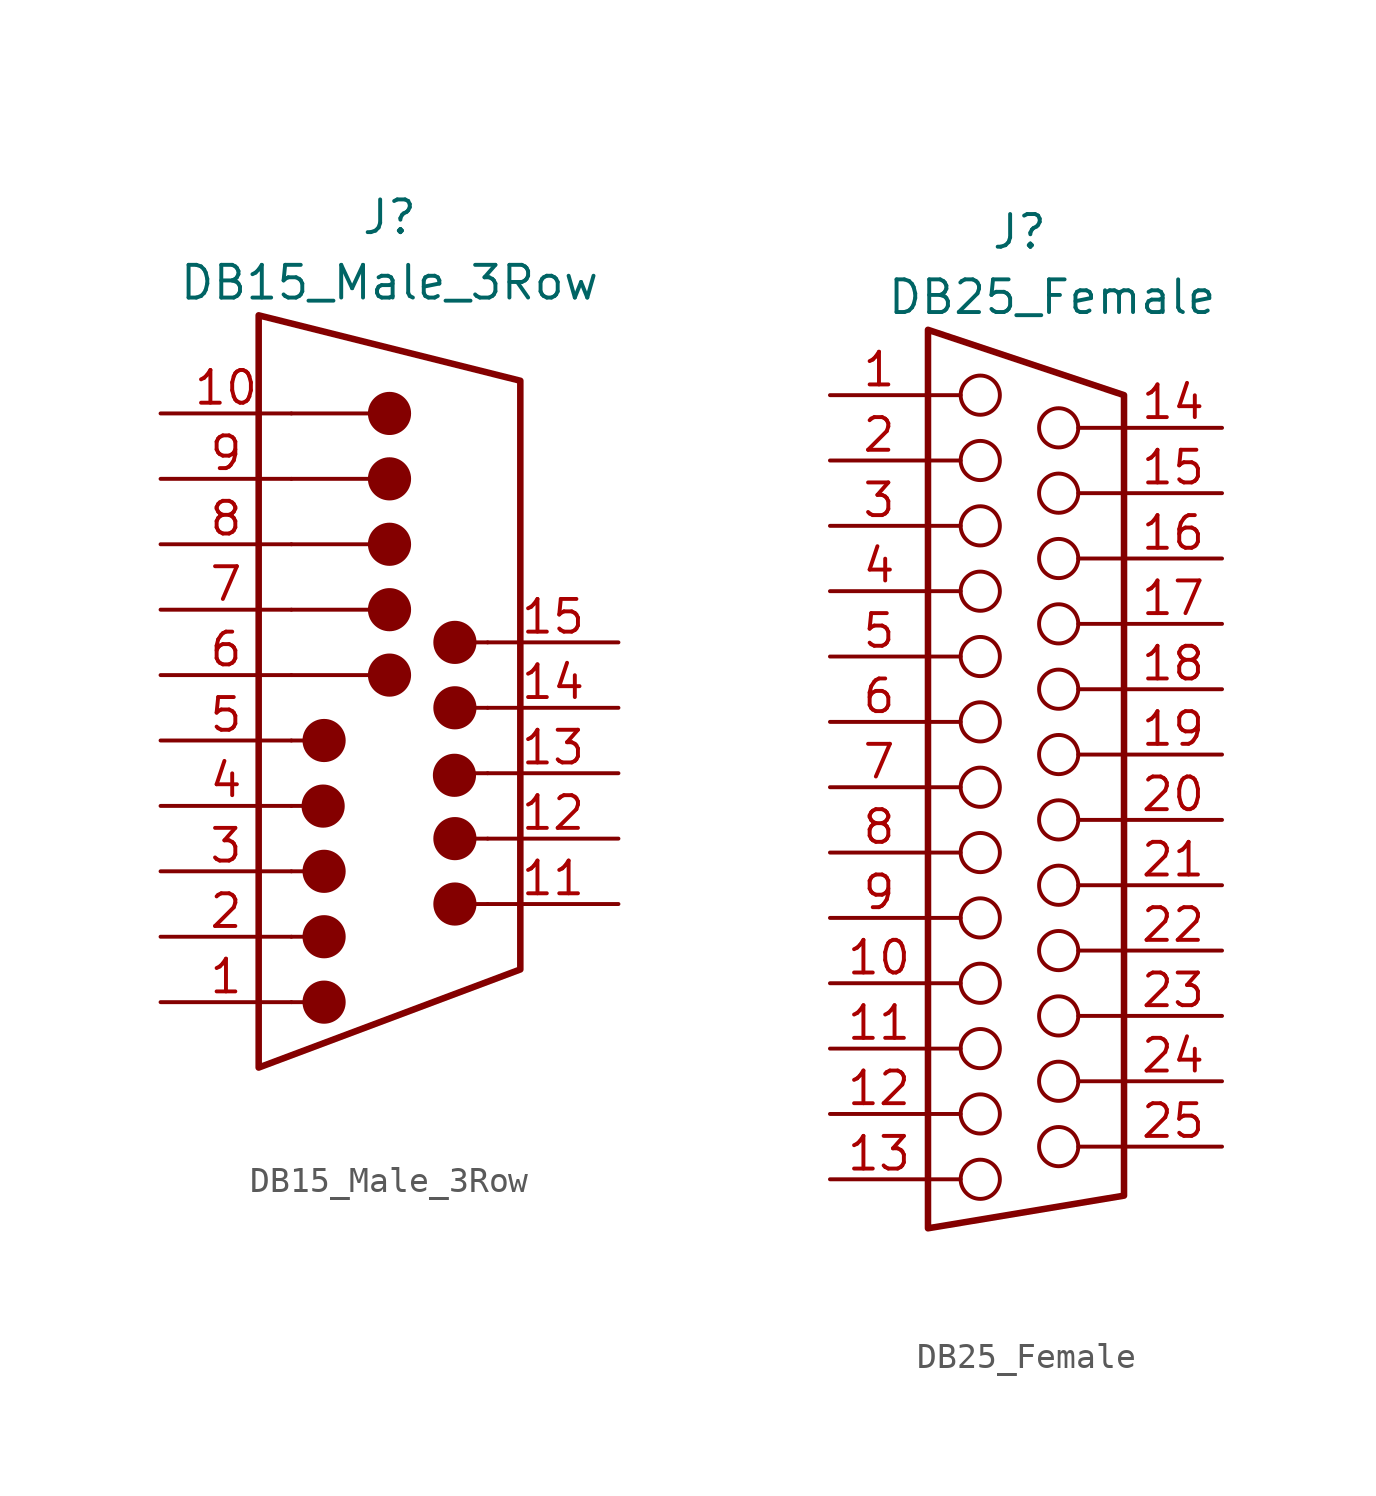
<source format=kicad_sym>
(kicad_symbol_lib
  (version 20220914)
  (generator kicad_symbol_editor)
  (symbol "DB15_Male_3Row"
    (pin_names
      (offset 1.016) hide)
    (property "Reference" "J"
      (at 0 16.51 0)
      (effects (font (size 1.27 1.27))))
    (property "Value" "DB15_Male_3Row"
      (at 0 13.97 0)
      (effects (font (size 1.27 1.27))))
    (symbol "DB15_Male_3Row_0_1"
      (circle (center -2.577 -6.357) (radius 0.762) (stroke (width 0) (type default)) (fill (type outline)))
      (circle (center -2.54 -13.97) (radius 0.762) (stroke (width 0) (type default)) (fill (type outline)))
      (circle (center -2.54 -11.43) (radius 0.762) (stroke (width 0) (type default)) (fill (type outline)))
      (circle (center -2.54 -8.89) (radius 0.762) (stroke (width 0) (type default)) (fill (type outline)))
      (circle (center -2.54 -3.81) (radius 0.762) (stroke (width 0) (type default)) (fill (type outline)))
      (circle (center 0 -1.27) (radius 0.762) (stroke (width 0) (type default)) (fill (type outline)))
      (polyline (pts (xy -3.81 1.27) (xy -0.635 1.27)) (stroke (width 0) (type default)) (fill (type none)))
      (polyline (pts (xy -2.54 -13.97) (xy -3.81 -13.97)) (stroke (width 0) (type default)) (fill (type none)))
      (polyline (pts (xy -2.54 -11.43) (xy -3.81 -11.43)) (stroke (width 0) (type default)) (fill (type none)))
      (polyline (pts (xy -2.54 -8.89) (xy -3.81 -8.89)) (stroke (width 0) (type default)) (fill (type none)))
      (polyline (pts (xy -2.54 -6.35) (xy -3.81 -6.35)) (stroke (width 0) (type default)) (fill (type none)))
      (polyline (pts (xy -2.54 -3.81) (xy -3.81 -3.81)) (stroke (width 0) (type default)) (fill (type none)))
      (polyline (pts (xy -0.635 -1.27) (xy -3.81 -1.27)) (stroke (width 0) (type default)) (fill (type none)))
      (polyline (pts (xy -0.635 3.81) (xy -3.81 3.81)) (stroke (width 0) (type default)) (fill (type none)))
      (polyline (pts (xy -0.635 6.35) (xy -3.81 6.35)) (stroke (width 0) (type default)) (fill (type none)))
      (polyline (pts (xy -0.635 8.89) (xy -3.81 8.89)) (stroke (width 0) (type default)) (fill (type none)))
      (polyline (pts (xy 2.54 -10.16) (xy 3.81 -10.16)) (stroke (width 0) (type default)) (fill (type none)))
      (polyline (pts (xy 2.54 -7.62) (xy 3.81 -7.62)) (stroke (width 0) (type default)) (fill (type none)))
      (polyline (pts (xy 2.54 -5.08) (xy 3.81 -5.08)) (stroke (width 0) (type default)) (fill (type none)))
      (polyline (pts (xy 2.54 -2.54) (xy 3.81 -2.54)) (stroke (width 0) (type default)) (fill (type none)))
      (polyline (pts (xy 2.54 0) (xy 3.81 0)) (stroke (width 0) (type default)) (fill (type none)))
      (circle (center 0 1.27) (radius 0.762) (stroke (width 0) (type default)) (fill (type outline)))
      (circle (center 0 3.81) (radius 0.762) (stroke (width 0) (type default)) (fill (type outline)))
      (circle (center 0 6.35) (radius 0.762) (stroke (width 0) (type default)) (fill (type outline)))
      (circle (center 0 8.89) (radius 0.762) (stroke (width 0) (type default)) (fill (type outline)))
      (circle (center 2.522 -5.161) (radius 0.762) (stroke (width 0) (type default)) (fill (type outline)))
      (circle (center 2.54 -10.16) (radius 0.762) (stroke (width 0) (type default)) (fill (type outline)))
      (circle (center 2.54 -7.62) (radius 0.762) (stroke (width 0) (type default)) (fill (type outline)))
      (circle (center 2.54 -2.54) (radius 0.762) (stroke (width 0) (type default)) (fill (type outline)))
      (circle (center 2.54 0) (radius 0.762) (stroke (width 0) (type default)) (fill (type outline))))
    (symbol "DB15_Male_3Row_1_1"
      (polyline (pts (xy -5.08 12.7) (xy -5.08 -16.51) (xy 5.08 -12.7) (xy 5.08 10.16) (xy -5.08 12.7)) (stroke (width 0.254) (type default)) (fill (type none)))
      (pin passive line (at -8.89 -13.97 0) (length 5.08) (name "~" (effects (font (size 1.27 1.27)))) (number "1" (effects (font (size 1.27 1.27)))))
      (pin passive line (at -8.89 8.89 0) (length 5.08) (name "~" (effects (font (size 1.27 1.27)))) (number "10" (effects (font (size 1.27 1.27)))))
      (pin passive line (at 8.89 -10.16 180) (length 5.08) (name "~" (effects (font (size 1.27 1.27)))) (number "11" (effects (font (size 1.27 1.27)))))
      (pin passive line (at 8.89 -7.62 180) (length 5.08) (name "~" (effects (font (size 1.27 1.27)))) (number "12" (effects (font (size 1.27 1.27)))))
      (pin passive line (at 8.89 -5.08 180) (length 5.08) (name "~" (effects (font (size 1.27 1.27)))) (number "13" (effects (font (size 1.27 1.27)))))
      (pin passive line (at 8.89 -2.54 180) (length 5.08) (name "~" (effects (font (size 1.27 1.27)))) (number "14" (effects (font (size 1.27 1.27)))))
      (pin passive line (at 8.89 0 180) (length 5.08) (name "~" (effects (font (size 1.27 1.27)))) (number "15" (effects (font (size 1.27 1.27)))))
      (pin passive line (at -8.89 -11.43 0) (length 5.08) (name "~" (effects (font (size 1.27 1.27)))) (number "2" (effects (font (size 1.27 1.27)))))
      (pin passive line (at -8.89 -8.89 0) (length 5.08) (name "~" (effects (font (size 1.27 1.27)))) (number "3" (effects (font (size 1.27 1.27)))))
      (pin passive line (at -8.89 -6.35 0) (length 5.08) (name "~" (effects (font (size 1.27 1.27)))) (number "4" (effects (font (size 1.27 1.27)))))
      (pin passive line (at -8.89 -3.81 0) (length 5.08) (name "~" (effects (font (size 1.27 1.27)))) (number "5" (effects (font (size 1.27 1.27)))))
      (pin passive line (at -8.89 -1.27 0) (length 5.08) (name "~" (effects (font (size 1.27 1.27)))) (number "6" (effects (font (size 1.27 1.27)))))
      (pin passive line (at -8.89 1.27 0) (length 5.08) (name "~" (effects (font (size 1.27 1.27)))) (number "7" (effects (font (size 1.27 1.27)))))
      (pin passive line (at -8.89 3.81 0) (length 5.08) (name "~" (effects (font (size 1.27 1.27)))) (number "8" (effects (font (size 1.27 1.27)))))
      (pin passive line (at -8.89 6.35 0) (length 5.08) (name "~" (effects (font (size 1.27 1.27)))) (number "9" (effects (font (size 1.27 1.27)))))))
  (symbol "DB25_Female"
    (pin_names
      (offset 1.016) hide)
    (property "Reference" "J"
      (at 0 20.32 0)
      (effects (font (size 1.27 1.27))))
    (property "Value" "DB25_Female"
      (at 1.27 17.78 0)
      (effects (font (size 1.27 1.27))))
    (symbol "DB25_Female_0_1"
      (circle (center -1.524 -16.51) (radius 0.762) (stroke (width 0) (type default)) (fill (type none)))
      (circle (center -1.524 -13.97) (radius 0.762) (stroke (width 0) (type default)) (fill (type none)))
      (circle (center -1.524 -11.43) (radius 0.762) (stroke (width 0) (type default)) (fill (type none)))
      (circle (center -1.524 -8.89) (radius 0.762) (stroke (width 0) (type default)) (fill (type none)))
      (circle (center -1.524 -6.35) (radius 0.762) (stroke (width 0) (type default)) (fill (type none)))
      (circle (center -1.524 -3.81) (radius 0.762) (stroke (width 0) (type default)) (fill (type none)))
      (circle (center -1.524 -1.27) (radius 0.762) (stroke (width 0) (type default)) (fill (type none)))
      (circle (center -1.524 1.27) (radius 0.762) (stroke (width 0) (type default)) (fill (type none)))
      (circle (center -1.524 3.81) (radius 0.762) (stroke (width 0) (type default)) (fill (type none)))
      (circle (center -1.524 6.35) (radius 0.762) (stroke (width 0) (type default)) (fill (type none)))
      (circle (center -1.524 8.89) (radius 0.762) (stroke (width 0) (type default)) (fill (type none)))
      (circle (center -1.524 11.43) (radius 0.762) (stroke (width 0) (type default)) (fill (type none)))
      (circle (center -1.524 13.97) (radius 0.762) (stroke (width 0) (type default)) (fill (type none)))
      (polyline (pts (xy -3.556 -16.51) (xy -2.286 -16.51)) (stroke (width 0) (type default)) (fill (type none)))
      (polyline (pts (xy -3.556 -13.97) (xy -2.286 -13.97)) (stroke (width 0) (type default)) (fill (type none)))
      (polyline (pts (xy -3.556 -11.43) (xy -2.286 -11.43)) (stroke (width 0) (type default)) (fill (type none)))
      (polyline (pts (xy -3.556 -8.89) (xy -2.286 -8.89)) (stroke (width 0) (type default)) (fill (type none)))
      (polyline (pts (xy -3.556 -6.35) (xy -2.286 -6.35)) (stroke (width 0) (type default)) (fill (type none)))
      (polyline (pts (xy -3.556 -3.81) (xy -2.286 -3.81)) (stroke (width 0) (type default)) (fill (type none)))
      (polyline (pts (xy -3.556 -1.27) (xy -2.286 -1.27)) (stroke (width 0) (type default)) (fill (type none)))
      (polyline (pts (xy -3.556 1.27) (xy -2.286 1.27)) (stroke (width 0) (type default)) (fill (type none)))
      (polyline (pts (xy -3.556 3.81) (xy -2.286 3.81)) (stroke (width 0) (type default)) (fill (type none)))
      (polyline (pts (xy -3.556 6.35) (xy -2.286 6.35)) (stroke (width 0) (type default)) (fill (type none)))
      (polyline (pts (xy -3.556 8.89) (xy -2.286 8.89)) (stroke (width 0) (type default)) (fill (type none)))
      (polyline (pts (xy -3.556 11.43) (xy -2.286 11.43)) (stroke (width 0) (type default)) (fill (type none)))
      (polyline (pts (xy -3.556 13.97) (xy -2.286 13.97)) (stroke (width 0) (type default)) (fill (type none)))
      (polyline (pts (xy 2.286 -15.24) (xy 4.064 -15.24)) (stroke (width 0) (type default)) (fill (type none)))
      (polyline (pts (xy 2.286 -12.7) (xy 4.064 -12.7)) (stroke (width 0) (type default)) (fill (type none)))
      (polyline (pts (xy 2.286 -10.16) (xy 4.064 -10.16)) (stroke (width 0) (type default)) (fill (type none)))
      (polyline (pts (xy 2.286 -7.62) (xy 4.064 -7.62)) (stroke (width 0) (type default)) (fill (type none)))
      (polyline (pts (xy 2.286 -5.08) (xy 4.064 -5.08)) (stroke (width 0) (type default)) (fill (type none)))
      (polyline (pts (xy 2.286 -2.54) (xy 4.064 -2.54)) (stroke (width 0) (type default)) (fill (type none)))
      (polyline (pts (xy 2.286 0) (xy 4.064 0)) (stroke (width 0) (type default)) (fill (type none)))
      (polyline (pts (xy 2.286 2.54) (xy 4.064 2.54)) (stroke (width 0) (type default)) (fill (type none)))
      (polyline (pts (xy 2.286 5.08) (xy 4.064 5.08)) (stroke (width 0) (type default)) (fill (type none)))
      (polyline (pts (xy 2.286 7.62) (xy 4.064 7.62)) (stroke (width 0) (type default)) (fill (type none)))
      (polyline (pts (xy 2.286 10.16) (xy 4.064 10.16)) (stroke (width 0) (type default)) (fill (type none)))
      (polyline (pts (xy 2.286 12.7) (xy 4.064 12.7)) (stroke (width 0) (type default)) (fill (type none)))
      (circle (center 1.524 -15.24) (radius 0.762) (stroke (width 0) (type default)) (fill (type none)))
      (circle (center 1.524 -12.7) (radius 0.762) (stroke (width 0) (type default)) (fill (type none)))
      (circle (center 1.524 -10.16) (radius 0.762) (stroke (width 0) (type default)) (fill (type none)))
      (circle (center 1.524 -7.62) (radius 0.762) (stroke (width 0) (type default)) (fill (type none)))
      (circle (center 1.524 -5.08) (radius 0.762) (stroke (width 0) (type default)) (fill (type none)))
      (circle (center 1.524 -2.54) (radius 0.762) (stroke (width 0) (type default)) (fill (type none)))
      (circle (center 1.524 0) (radius 0.762) (stroke (width 0) (type default)) (fill (type none)))
      (circle (center 1.524 2.54) (radius 0.762) (stroke (width 0) (type default)) (fill (type none)))
      (circle (center 1.524 5.08) (radius 0.762) (stroke (width 0) (type default)) (fill (type none)))
      (circle (center 1.524 7.62) (radius 0.762) (stroke (width 0) (type default)) (fill (type none)))
      (circle (center 1.524 10.16) (radius 0.762) (stroke (width 0) (type default)) (fill (type none)))
      (circle (center 1.524 12.7) (radius 0.762) (stroke (width 0) (type default)) (fill (type none))))
    (symbol "DB25_Female_1_1"
      (polyline (pts (xy -3.556 -18.415) (xy 4.064 -17.145) (xy 4.064 13.97) (xy -3.556 16.51) (xy -3.556 -18.415)) (stroke (width 0.254) (type default)) (fill (type none)))
      (pin passive line (at -7.366 13.97 0) (length 3.81) (name "1" (effects (font (size 1.27 1.27)))) (number "1" (effects (font (size 1.27 1.27)))))
      (pin passive line (at -7.366 -8.89 0) (length 3.81) (name "10" (effects (font (size 1.27 1.27)))) (number "10" (effects (font (size 1.27 1.27)))))
      (pin passive line (at -7.366 -11.43 0) (length 3.81) (name "11" (effects (font (size 1.27 1.27)))) (number "11" (effects (font (size 1.27 1.27)))))
      (pin passive line (at -7.366 -13.97 0) (length 3.81) (name "12" (effects (font (size 1.27 1.27)))) (number "12" (effects (font (size 1.27 1.27)))))
      (pin passive line (at -7.366 -16.51 0) (length 3.81) (name "13" (effects (font (size 1.27 1.27)))) (number "13" (effects (font (size 1.27 1.27)))))
      (pin passive line (at 7.874 12.7 180) (length 3.81) (name "P14" (effects (font (size 1.27 1.27)))) (number "14" (effects (font (size 1.27 1.27)))))
      (pin passive line (at 7.874 10.16 180) (length 3.81) (name "P15" (effects (font (size 1.27 1.27)))) (number "15" (effects (font (size 1.27 1.27)))))
      (pin passive line (at 7.874 7.62 180) (length 3.81) (name "P16" (effects (font (size 1.27 1.27)))) (number "16" (effects (font (size 1.27 1.27)))))
      (pin passive line (at 7.874 5.08 180) (length 3.81) (name "P17" (effects (font (size 1.27 1.27)))) (number "17" (effects (font (size 1.27 1.27)))))
      (pin passive line (at 7.874 2.54 180) (length 3.81) (name "P18" (effects (font (size 1.27 1.27)))) (number "18" (effects (font (size 1.27 1.27)))))
      (pin passive line (at 7.874 0 180) (length 3.81) (name "P19" (effects (font (size 1.27 1.27)))) (number "19" (effects (font (size 1.27 1.27)))))
      (pin passive line (at -7.366 11.43 0) (length 3.81) (name "2" (effects (font (size 1.27 1.27)))) (number "2" (effects (font (size 1.27 1.27)))))
      (pin passive line (at 7.874 -2.54 180) (length 3.81) (name "P20" (effects (font (size 1.27 1.27)))) (number "20" (effects (font (size 1.27 1.27)))))
      (pin passive line (at 7.874 -5.08 180) (length 3.81) (name "P21" (effects (font (size 1.27 1.27)))) (number "21" (effects (font (size 1.27 1.27)))))
      (pin passive line (at 7.874 -7.62 180) (length 3.81) (name "P22" (effects (font (size 1.27 1.27)))) (number "22" (effects (font (size 1.27 1.27)))))
      (pin passive line (at 7.874 -10.16 180) (length 3.81) (name "P23" (effects (font (size 1.27 1.27)))) (number "23" (effects (font (size 1.27 1.27)))))
      (pin passive line (at 7.874 -12.7 180) (length 3.81) (name "P24" (effects (font (size 1.27 1.27)))) (number "24" (effects (font (size 1.27 1.27)))))
      (pin passive line (at 7.874 -15.24 180) (length 3.81) (name "P25" (effects (font (size 1.27 1.27)))) (number "25" (effects (font (size 1.27 1.27)))))
      (pin passive line (at -7.366 8.89 0) (length 3.81) (name "3" (effects (font (size 1.27 1.27)))) (number "3" (effects (font (size 1.27 1.27)))))
      (pin passive line (at -7.366 6.35 0) (length 3.81) (name "4" (effects (font (size 1.27 1.27)))) (number "4" (effects (font (size 1.27 1.27)))))
      (pin passive line (at -7.366 3.81 0) (length 3.81) (name "5" (effects (font (size 1.27 1.27)))) (number "5" (effects (font (size 1.27 1.27)))))
      (pin passive line (at -7.366 1.27 0) (length 3.81) (name "6" (effects (font (size 1.27 1.27)))) (number "6" (effects (font (size 1.27 1.27)))))
      (pin passive line (at -7.366 -1.27 0) (length 3.81) (name "7" (effects (font (size 1.27 1.27)))) (number "7" (effects (font (size 1.27 1.27)))))
      (pin passive line (at -7.366 -3.81 0) (length 3.81) (name "8" (effects (font (size 1.27 1.27)))) (number "8" (effects (font (size 1.27 1.27)))))
      (pin passive line (at -7.366 -6.35 0) (length 3.81) (name "9" (effects (font (size 1.27 1.27)))) (number "9" (effects (font (size 1.27 1.27))))))))
</source>
